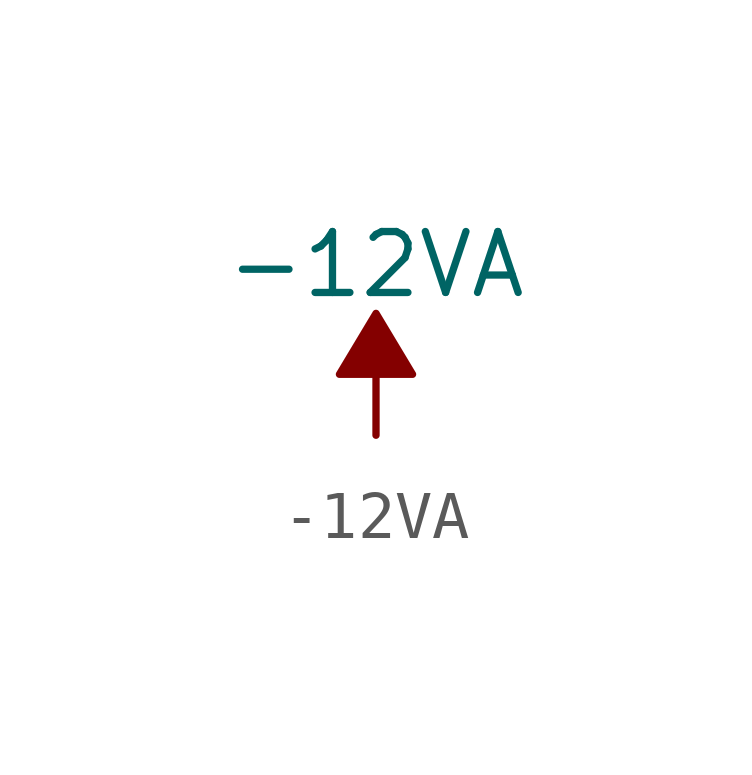
<source format=kicad_sym>
(kicad_symbol_lib
  (version 20220914)
  (generator kicad_symbol_editor)
  (symbol "-12VA"
    (power)
    (pin_names
      (offset 0))
    (property "Reference" "#PWR"
      (at 0 -3.81 0)
      (effects (font (size 1.27 1.27)) hide))
    (property "Value" "-12VA"
      (at 0 3.556 0)
      (effects (font (size 1.27 1.27))))
    (symbol "-12VA_0_0"
      (pin power_in line (at 0 0 90) (length 0) hide (name "-12VA" (effects (font (size 1.27 1.27)))) (number "1" (effects (font (size 1.27 1.27))))))
    (symbol "-12VA_0_1"
      (polyline (pts (xy 0 0) (xy 0 1.27) (xy 0.762 1.27) (xy 0 2.54) (xy -0.762 1.27) (xy 0 1.27)) (stroke (width 0) (type solid)) (fill (type outline))))))
</source>
